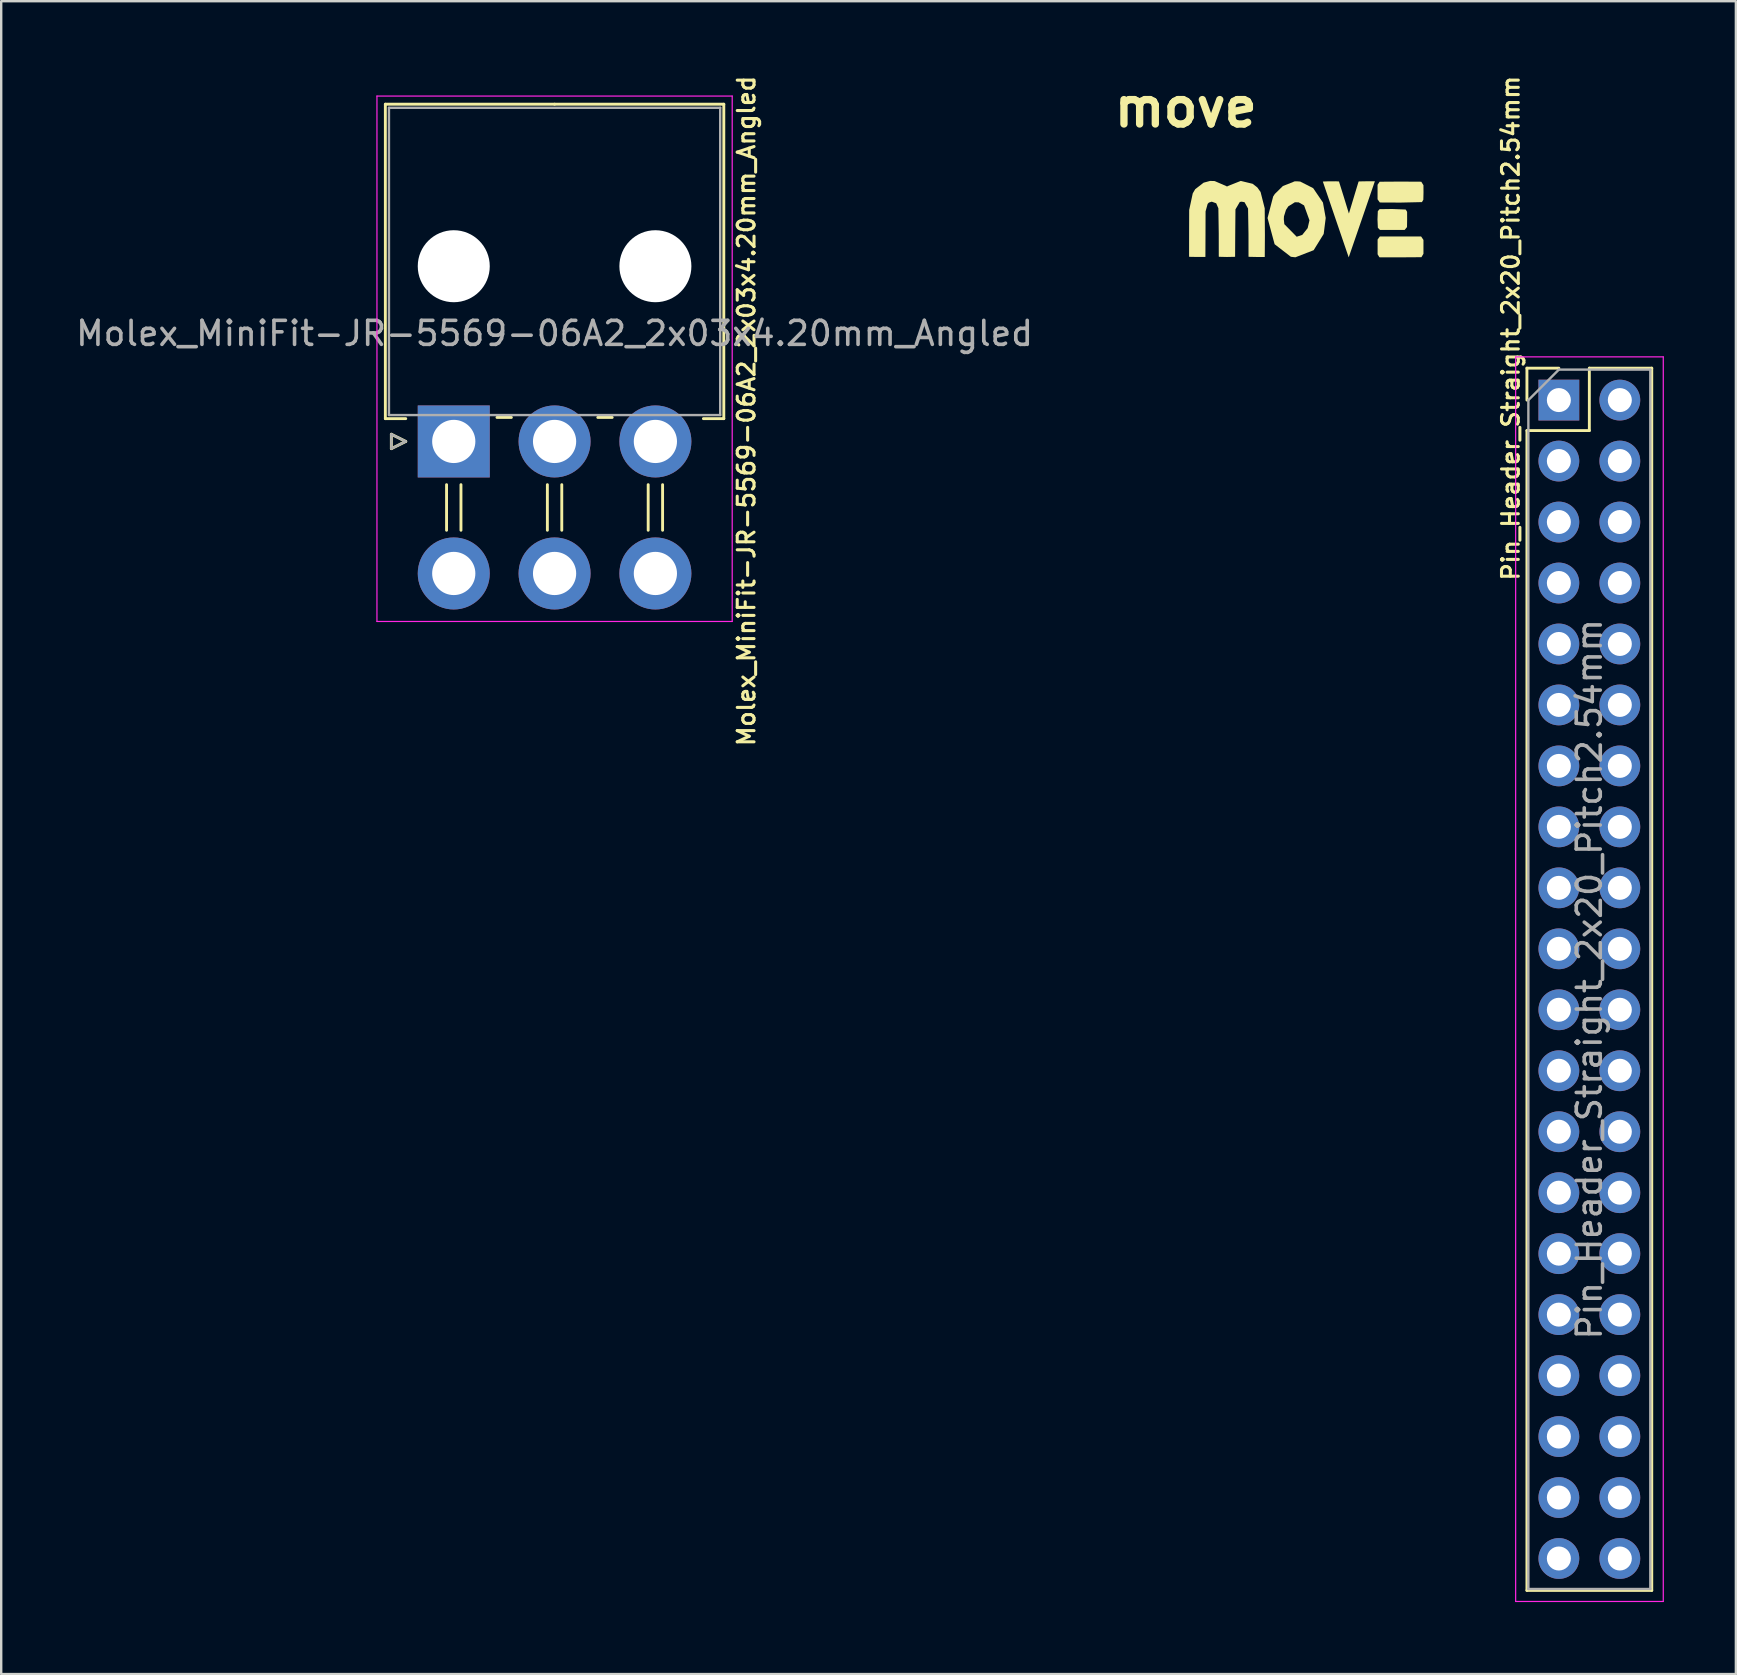
<source format=kicad_pcb>
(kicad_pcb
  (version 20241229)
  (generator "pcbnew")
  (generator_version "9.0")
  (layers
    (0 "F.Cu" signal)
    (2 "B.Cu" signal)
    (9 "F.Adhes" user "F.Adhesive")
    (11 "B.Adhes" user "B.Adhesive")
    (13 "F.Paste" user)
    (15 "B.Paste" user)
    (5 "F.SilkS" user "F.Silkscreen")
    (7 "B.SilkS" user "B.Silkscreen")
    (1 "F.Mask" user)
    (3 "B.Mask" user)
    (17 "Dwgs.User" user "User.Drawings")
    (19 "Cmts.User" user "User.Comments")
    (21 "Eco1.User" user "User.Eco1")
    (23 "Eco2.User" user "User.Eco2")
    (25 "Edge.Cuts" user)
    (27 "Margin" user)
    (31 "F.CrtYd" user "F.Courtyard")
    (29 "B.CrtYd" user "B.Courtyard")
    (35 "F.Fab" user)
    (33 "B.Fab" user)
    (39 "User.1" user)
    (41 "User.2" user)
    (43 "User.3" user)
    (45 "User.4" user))
  (footprint "Pin_Header_Straight_2x20_Pitch2.54mm"
    (layer "F.Cu")
    (at 61.893 13.618)
    (property "Reference" "Pin_Header_Straight_2x20_Pitch2.54mm" (at -2.007 -2.997 270) (layer "F.SilkS") (effects (font (size 0.7 0.7) (thickness 0.127))))
    (attr through_hole)
    (fp_line (start -1.33 -1.33) (end 0 -1.33) (stroke (width 0.12) (type solid)) (layer "F.SilkS"))
    (fp_line (start -1.33 0) (end -1.33 -1.33) (stroke (width 0.12) (type solid)) (layer "F.SilkS"))
    (fp_line (start -1.33 1.27) (end -1.33 49.59) (stroke (width 0.12) (type solid)) (layer "F.SilkS"))
    (fp_line (start -1.33 1.27) (end 1.27 1.27) (stroke (width 0.12) (type solid)) (layer "F.SilkS"))
    (fp_line (start -1.33 49.59) (end 3.87 49.59) (stroke (width 0.12) (type solid)) (layer "F.SilkS"))
    (fp_line (start 1.27 -1.33) (end 3.87 -1.33) (stroke (width 0.12) (type solid)) (layer "F.SilkS"))
    (fp_line (start 1.27 1.27) (end 1.27 -1.33) (stroke (width 0.12) (type solid)) (layer "F.SilkS"))
    (fp_line (start 3.87 -1.33) (end 3.87 49.59) (stroke (width 0.12) (type solid)) (layer "F.SilkS"))
    (fp_line (start -1.8 -1.8) (end -1.8 50.05) (stroke (width 0.05) (type solid)) (layer "F.CrtYd"))
    (fp_line (start -1.8 50.05) (end 4.35 50.05) (stroke (width 0.05) (type solid)) (layer "F.CrtYd"))
    (fp_line (start 4.35 -1.8) (end -1.8 -1.8) (stroke (width 0.05) (type solid)) (layer "F.CrtYd"))
    (fp_line (start 4.35 50.05) (end 4.35 -1.8) (stroke (width 0.05) (type solid)) (layer "F.CrtYd"))
    (fp_line (start -1.27 0) (end 0 -1.27) (stroke (width 0.1) (type solid)) (layer "F.Fab"))
    (fp_line (start -1.27 49.53) (end -1.27 0) (stroke (width 0.1) (type solid)) (layer "F.Fab"))
    (fp_line (start 0 -1.27) (end 3.81 -1.27) (stroke (width 0.1) (type solid)) (layer "F.Fab"))
    (fp_line (start 3.81 -1.27) (end 3.81 49.53) (stroke (width 0.1) (type solid)) (layer "F.Fab"))
    (fp_line (start 3.81 49.53) (end -1.27 49.53) (stroke (width 0.1) (type solid)) (layer "F.Fab"))
    (fp_text user "${REFERENCE}" (at 1.27 24.13 90) (layer "F.Fab") (effects (font (size 1 1) (thickness 0.15))))
    (pad "1" thru_hole rect (at 0 0) (size 1.7 1.7) (drill 1) (layers "*.Cu" "*.Mask"))
    (pad "2" thru_hole oval (at 2.54 0) (size 1.7 1.7) (drill 1) (layers "*.Cu" "*.Mask"))
    (pad "3" thru_hole oval (at 0 2.54) (size 1.7 1.7) (drill 1) (layers "*.Cu" "*.Mask"))
    (pad "4" thru_hole oval (at 2.54 2.54) (size 1.7 1.7) (drill 1) (layers "*.Cu" "*.Mask"))
    (pad "5" thru_hole oval (at 0 5.08) (size 1.7 1.7) (drill 1) (layers "*.Cu" "*.Mask"))
    (pad "6" thru_hole oval (at 2.54 5.08) (size 1.7 1.7) (drill 1) (layers "*.Cu" "*.Mask"))
    (pad "7" thru_hole oval (at 0 7.62) (size 1.7 1.7) (drill 1) (layers "*.Cu" "*.Mask"))
    (pad "8" thru_hole oval (at 2.54 7.62) (size 1.7 1.7) (drill 1) (layers "*.Cu" "*.Mask"))
    (pad "9" thru_hole oval (at 0 10.16) (size 1.7 1.7) (drill 1) (layers "*.Cu" "*.Mask"))
    (pad "10" thru_hole oval (at 2.54 10.16) (size 1.7 1.7) (drill 1) (layers "*.Cu" "*.Mask"))
    (pad "11" thru_hole oval (at 0 12.7) (size 1.7 1.7) (drill 1) (layers "*.Cu" "*.Mask"))
    (pad "12" thru_hole oval (at 2.54 12.7) (size 1.7 1.7) (drill 1) (layers "*.Cu" "*.Mask"))
    (pad "13" thru_hole oval (at 0 15.24) (size 1.7 1.7) (drill 1) (layers "*.Cu" "*.Mask"))
    (pad "14" thru_hole oval (at 2.54 15.24) (size 1.7 1.7) (drill 1) (layers "*.Cu" "*.Mask"))
    (pad "15" thru_hole oval (at 0 17.78) (size 1.7 1.7) (drill 1) (layers "*.Cu" "*.Mask"))
    (pad "16" thru_hole oval (at 2.54 17.78) (size 1.7 1.7) (drill 1) (layers "*.Cu" "*.Mask"))
    (pad "17" thru_hole oval (at 0 20.32) (size 1.7 1.7) (drill 1) (layers "*.Cu" "*.Mask"))
    (pad "18" thru_hole oval (at 2.54 20.32) (size 1.7 1.7) (drill 1) (layers "*.Cu" "*.Mask"))
    (pad "19" thru_hole oval (at 0 22.86) (size 1.7 1.7) (drill 1) (layers "*.Cu" "*.Mask"))
    (pad "20" thru_hole oval (at 2.54 22.86) (size 1.7 1.7) (drill 1) (layers "*.Cu" "*.Mask"))
    (pad "21" thru_hole oval (at 0 25.4) (size 1.7 1.7) (drill 1) (layers "*.Cu" "*.Mask"))
    (pad "22" thru_hole oval (at 2.54 25.4) (size 1.7 1.7) (drill 1) (layers "*.Cu" "*.Mask"))
    (pad "23" thru_hole oval (at 0 27.94) (size 1.7 1.7) (drill 1) (layers "*.Cu" "*.Mask"))
    (pad "24" thru_hole oval (at 2.54 27.94) (size 1.7 1.7) (drill 1) (layers "*.Cu" "*.Mask"))
    (pad "25" thru_hole oval (at 0 30.48) (size 1.7 1.7) (drill 1) (layers "*.Cu" "*.Mask"))
    (pad "26" thru_hole oval (at 2.54 30.48) (size 1.7 1.7) (drill 1) (layers "*.Cu" "*.Mask"))
    (pad "27" thru_hole oval (at 0 33.02) (size 1.7 1.7) (drill 1) (layers "*.Cu" "*.Mask"))
    (pad "28" thru_hole oval (at 2.54 33.02) (size 1.7 1.7) (drill 1) (layers "*.Cu" "*.Mask"))
    (pad "29" thru_hole oval (at 0 35.56) (size 1.7 1.7) (drill 1) (layers "*.Cu" "*.Mask"))
    (pad "30" thru_hole oval (at 2.54 35.56) (size 1.7 1.7) (drill 1) (layers "*.Cu" "*.Mask"))
    (pad "31" thru_hole oval (at 0 38.1) (size 1.7 1.7) (drill 1) (layers "*.Cu" "*.Mask"))
    (pad "32" thru_hole oval (at 2.54 38.1) (size 1.7 1.7) (drill 1) (layers "*.Cu" "*.Mask"))
    (pad "33" thru_hole oval (at 0 40.64) (size 1.7 1.7) (drill 1) (layers "*.Cu" "*.Mask"))
    (pad "34" thru_hole oval (at 2.54 40.64) (size 1.7 1.7) (drill 1) (layers "*.Cu" "*.Mask"))
    (pad "35" thru_hole oval (at 0 43.18) (size 1.7 1.7) (drill 1) (layers "*.Cu" "*.Mask"))
    (pad "36" thru_hole oval (at 2.54 43.18) (size 1.7 1.7) (drill 1) (layers "*.Cu" "*.Mask"))
    (pad "37" thru_hole oval (at 0 45.72) (size 1.7 1.7) (drill 1) (layers "*.Cu" "*.Mask"))
    (pad "38" thru_hole oval (at 2.54 45.72) (size 1.7 1.7) (drill 1) (layers "*.Cu" "*.Mask"))
    (pad "39" thru_hole oval (at 0 48.26) (size 1.7 1.7) (drill 1) (layers "*.Cu" "*.Mask"))
    (pad "40" thru_hole oval (at 2.54 48.26) (size 1.7 1.7) (drill 1) (layers "*.Cu" "*.Mask")))
  (footprint "move"
    (layer "F.Cu")
    (at 46.351 4.445)
    (property "Reference" "move" (at 0 -3.019 0) (layer "F.SilkS") (effects (font (size 1.524 1.524) (thickness 0.305))))
    (attr exclude_from_pos_files exclude_from_bom)
    (fp_poly (pts (xy 8.084 2.355) (xy 7.991 2.483) (xy 7.991 3.099) (xy 8.059 3.213) (xy 8.077 3.225) (xy 8.938 3.226) (xy 9.816 3.22) (xy 9.901 3.079) (xy 9.901 2.5) (xy 9.802 2.355) (xy 8.084 2.355)) (stroke (width 0) (type solid)) (fill yes) (layer "F.SilkS"))
    (fp_poly (pts (xy 8.076 0.076) (xy 7.989 0.203) (xy 7.989 0.808) (xy 8.084 0.941) (xy 8.946 0.945) (xy 9.837 0.925) (xy 9.896 0.828) (xy 9.903 0.529) (xy 9.901 0.221) (xy 9.81 0.075) (xy 8.944 0.07) (xy 8.076 0.076)) (stroke (width 0) (type solid)) (fill yes) (layer "F.SilkS"))
    (fp_poly (pts (xy 8.072 1.219) (xy 8 1.303) (xy 7.986 1.648) (xy 8.001 1.994) (xy 8.09 2.084) (xy 9.118 2.084) (xy 9.216 1.966) (xy 9.221 1.641) (xy 9.22 1.34) (xy 9.211 1.313) (xy 9.162 1.234) (xy 8.603 1.212) (xy 8.072 1.219)) (stroke (width 0) (type solid)) (fill yes) (layer "F.SilkS"))
    (fp_poly (pts (xy 5.912 0.06) (xy 5.709 0.068) (xy 6.249 1.653) (xy 6.787 3.227) (xy 7.331 1.648) (xy 7.849 0.137) (xy 7.877 0.057) (xy 7.546 0.057) (xy 7.207 0.063) (xy 7.194 0.083) (xy 7.105 0.374) (xy 6.801 1.383) (xy 6.795 1.398) (xy 6.79 1.385) (xy 6.587 0.722) (xy 6.381 0.065) (xy 6.244 0.058) (xy 5.912 0.06)) (stroke (width 0) (type solid)) (fill yes) (layer "F.SilkS"))
    (fp_poly (pts (xy 4.535 0.06) (xy 4.703 0.935) (xy 4.928 1.063) (xy 5.152 1.683) (xy 5.077 2.009) (xy 4.852 2.291) (xy 4.62 2.367) (xy 4.105 1.844) (xy 4.084 1.642) (xy 4.09 1.518) (xy 4.174 1.248) (xy 4.272 1.101) (xy 4.544 0.931) (xy 4.703 0.935) (xy 4.535 0.06) (xy 4.044 0.256) (xy 3.71 0.584) (xy 3.64 0.69) (xy 3.406 1.588) (xy 3.7 2.679) (xy 4.378 3.203) (xy 4.566 3.224) (xy 5.326 2.929) (xy 5.745 2.252) (xy 5.829 1.585) (xy 5.714 0.943) (xy 5.306 0.343) (xy 4.767 0.069) (xy 4.635 0.059) (xy 4.535 0.06)) (stroke (width 0) (type solid)) (fill yes) (layer "F.SilkS"))
    (fp_poly (pts (xy 1.015 0.042) (xy 0.743 0.115) (xy 0.392 0.387) (xy 0.29 0.56) (xy 0.141 1.253) (xy 0.138 2.268) (xy 0.137 3.196) (xy 0.144 3.204) (xy 0.482 3.21) (xy 0.813 3.209) (xy 0.817 3.199) (xy 0.821 2.276) (xy 0.824 1.312) (xy 0.91 1) (xy 0.963 0.944) (xy 1.082 0.907) (xy 1.267 0.974) (xy 1.357 1.183) (xy 1.373 2.231) (xy 1.374 3.185) (xy 1.38 3.203) (xy 1.717 3.211) (xy 2.054 3.204) (xy 2.059 2.282) (xy 2.069 1.228) (xy 2.25 0.919) (xy 2.327 0.907) (xy 2.447 0.929) (xy 2.594 1.193) (xy 2.612 2.262) (xy 2.613 3.196) (xy 2.62 3.204) (xy 2.956 3.211) (xy 3.285 3.211) (xy 3.29 3.203) (xy 3.296 2.306) (xy 3.288 1.185) (xy 3.115 0.502) (xy 2.978 0.312) (xy 2.785 0.162) (xy 2.29 0.042) (xy 1.75 0.256) (xy 1.717 0.278) (xy 1.685 0.257) (xy 1.202 0.048) (xy 1.015 0.042)) (stroke (width 0) (type solid)) (fill yes) (layer "F.SilkS")))
  (footprint "Molex_MiniFit-JR-5569-06A2_2x03x4.20mm_Angled"
    (layer "F.Cu")
    (at 15.854 15.341)
    (property "Reference" "Molex_MiniFit-JR-5569-06A2_2x03x4.20mm_Angled" (at 12.192 -1.27 90) (layer "F.SilkS") (effects (font (size 0.7 0.7) (thickness 0.127))))
    (attr through_hole)
    (fp_line (start -2.85 -14.05) (end 4.2 -14.05) (stroke (width 0.12) (type solid)) (layer "F.SilkS"))
    (fp_line (start -2.85 -0.95) (end -2.85 -14.05) (stroke (width 0.12) (type solid)) (layer "F.SilkS"))
    (fp_line (start -2.6 -0.3) (end -2 0) (stroke (width 0.12) (type solid)) (layer "F.SilkS"))
    (fp_line (start -2.6 0.3) (end -2.6 -0.3) (stroke (width 0.12) (type solid)) (layer "F.SilkS"))
    (fp_line (start -2 -0.95) (end -2.85 -0.95) (stroke (width 0.12) (type solid)) (layer "F.SilkS"))
    (fp_line (start -2 0) (end -2.6 0.3) (stroke (width 0.12) (type solid)) (layer "F.SilkS"))
    (fp_line (start -0.3 1.8) (end -0.3 3.7) (stroke (width 0.12) (type solid)) (layer "F.SilkS"))
    (fp_line (start 0.3 1.8) (end 0.3 3.7) (stroke (width 0.12) (type solid)) (layer "F.SilkS"))
    (fp_line (start 1.8 -1) (end 2.4 -1) (stroke (width 0.12) (type solid)) (layer "F.SilkS"))
    (fp_line (start 3.9 1.8) (end 3.9 3.7) (stroke (width 0.12) (type solid)) (layer "F.SilkS"))
    (fp_line (start 4.5 1.8) (end 4.5 3.7) (stroke (width 0.12) (type solid)) (layer "F.SilkS"))
    (fp_line (start 6 -1) (end 6.6 -1) (stroke (width 0.12) (type solid)) (layer "F.SilkS"))
    (fp_line (start 8.1 1.8) (end 8.1 3.7) (stroke (width 0.12) (type solid)) (layer "F.SilkS"))
    (fp_line (start 8.7 1.8) (end 8.7 3.7) (stroke (width 0.12) (type solid)) (layer "F.SilkS"))
    (fp_line (start 10.4 -0.95) (end 11.25 -0.95) (stroke (width 0.12) (type solid)) (layer "F.SilkS"))
    (fp_line (start 11.25 -14.05) (end 4.2 -14.05) (stroke (width 0.12) (type solid)) (layer "F.SilkS"))
    (fp_line (start 11.25 -0.95) (end 11.25 -14.05) (stroke (width 0.12) (type solid)) (layer "F.SilkS"))
    (fp_line (start -3.2 -14.39) (end -3.2 7.5) (stroke (width 0.05) (type solid)) (layer "F.CrtYd"))
    (fp_line (start -3.2 7.5) (end 11.6 7.5) (stroke (width 0.05) (type solid)) (layer "F.CrtYd"))
    (fp_line (start 11.6 -14.39) (end -3.2 -14.39) (stroke (width 0.05) (type solid)) (layer "F.CrtYd"))
    (fp_line (start 11.6 7.5) (end 11.6 -14.39) (stroke (width 0.05) (type solid)) (layer "F.CrtYd"))
    (fp_line (start -2.7 -13.9) (end -2.7 -1.1) (stroke (width 0.1) (type solid)) (layer "F.Fab"))
    (fp_line (start -2.7 -1.1) (end 11.1 -1.1) (stroke (width 0.1) (type solid)) (layer "F.Fab"))
    (fp_line (start -2.6 -0.3) (end -2 0) (stroke (width 0.1) (type solid)) (layer "F.Fab"))
    (fp_line (start -2.6 0.3) (end -2.6 -0.3) (stroke (width 0.1) (type solid)) (layer "F.Fab"))
    (fp_line (start -2 0) (end -2.6 0.3) (stroke (width 0.1) (type solid)) (layer "F.Fab"))
    (fp_line (start 11.1 -13.9) (end -2.7 -13.9) (stroke (width 0.1) (type solid)) (layer "F.Fab"))
    (fp_line (start 11.1 -1.1) (end 11.1 -13.9) (stroke (width 0.1) (type solid)) (layer "F.Fab"))
    (fp_text user "${REFERENCE}" (at 4.2 -4.5 0) (layer "F.Fab") (effects (font (size 1 1) (thickness 0.15))))
    (pad "" np_thru_hole circle (at 0 -7.3) (size 3 3) (drill 3) (layers "*.Cu" "*.Mask"))
    (pad "" np_thru_hole circle (at 8.4 -7.3) (size 3 3) (drill 3) (layers "*.Cu" "*.Mask"))
    (pad "1" thru_hole rect (at 0 0) (size 3 3) (drill 1.8) (layers "*.Cu" "*.Mask"))
    (pad "2" thru_hole circle (at 4.2 0) (size 3 3) (drill 1.8) (layers "*.Cu" "*.Mask"))
    (pad "3" thru_hole circle (at 8.4 0) (size 3 3) (drill 1.8) (layers "*.Cu" "*.Mask"))
    (pad "4" thru_hole circle (at 0 5.5) (size 3 3) (drill 1.8) (layers "*.Cu" "*.Mask"))
    (pad "5" thru_hole circle (at 4.2 5.5) (size 3 3) (drill 1.8) (layers "*.Cu" "*.Mask"))
    (pad "6" thru_hole circle (at 8.4 5.5) (size 3 3) (drill 1.8) (layers "*.Cu" "*.Mask")))
  (gr_rect
    (start -3 -3)
    (end 69.268 66.693)
    (stroke (width 0.1) (type default))
    (fill no)
    (layer "Edge.Cuts")))
</source>
